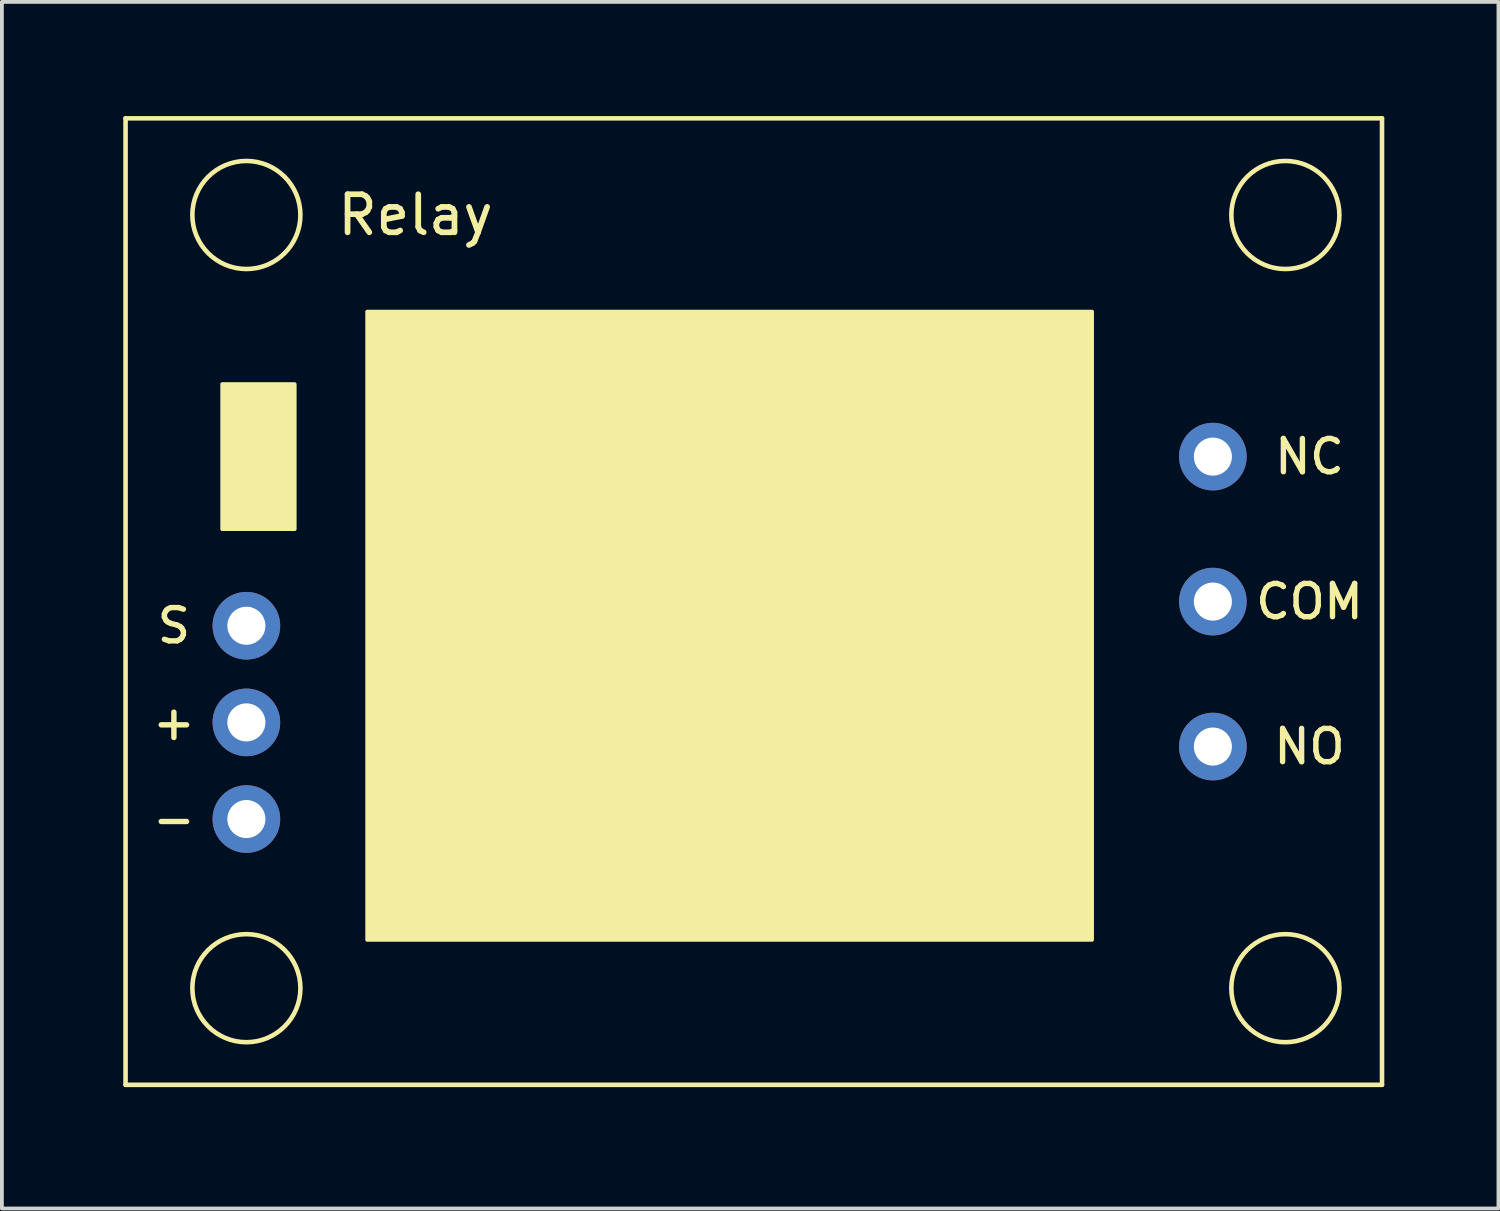
<source format=kicad_pcb>
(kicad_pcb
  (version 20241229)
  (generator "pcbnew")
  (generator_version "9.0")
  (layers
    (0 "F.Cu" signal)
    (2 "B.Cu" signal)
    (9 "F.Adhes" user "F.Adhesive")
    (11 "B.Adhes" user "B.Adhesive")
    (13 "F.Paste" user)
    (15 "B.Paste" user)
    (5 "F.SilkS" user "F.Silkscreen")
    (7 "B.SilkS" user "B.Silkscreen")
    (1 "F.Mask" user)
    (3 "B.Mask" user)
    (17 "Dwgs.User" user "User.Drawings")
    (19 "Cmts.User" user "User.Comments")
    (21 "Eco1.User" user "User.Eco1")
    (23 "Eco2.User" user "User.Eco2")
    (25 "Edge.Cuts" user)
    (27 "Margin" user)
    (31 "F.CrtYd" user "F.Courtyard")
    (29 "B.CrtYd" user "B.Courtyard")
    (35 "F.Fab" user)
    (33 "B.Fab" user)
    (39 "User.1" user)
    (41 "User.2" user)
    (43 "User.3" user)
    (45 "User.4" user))
  (footprint "Relay"
    (layer "F.Cu")
    (at 0.25 25.46)
    (property "Reference" "Relay" (at 7.62 -22.86 0) (layer "F.SilkS") (effects (font (size 1 1) (thickness 0.15))))
    (attr through_hole)
    (fp_line (start 0 -25.4) (end 0 0) (stroke (width 0.12) (type solid)) (layer "F.SilkS"))
    (fp_line (start 0 0) (end 33.02 0) (stroke (width 0.12) (type solid)) (layer "F.SilkS"))
    (fp_line (start 33.02 -25.4) (end 0 -25.4) (stroke (width 0.12) (type solid)) (layer "F.SilkS"))
    (fp_line (start 33.02 0) (end 33.02 -25.4) (stroke (width 0.12) (type solid)) (layer "F.SilkS"))
    (fp_circle (center 3.175 -22.86) (end 3.81 -24.13) (stroke (width 0.12) (type solid)) (fill no) (layer "F.SilkS"))
    (fp_circle (center 3.175 -2.54) (end 3.81 -3.81) (stroke (width 0.12) (type solid)) (fill no) (layer "F.SilkS"))
    (fp_circle (center 30.48 -22.86) (end 31.75 -23.495) (stroke (width 0.12) (type solid)) (fill no) (layer "F.SilkS"))
    (fp_circle (center 30.48 -2.54) (end 31.115 -3.81) (stroke (width 0.12) (type solid)) (fill no) (layer "F.SilkS"))
    (fp_poly (pts (xy 4.445 -14.605) (xy 2.54 -14.605) (xy 2.54 -18.415) (xy 4.445 -18.415)) (stroke (width 0.1) (type solid)) (fill yes) (layer "F.SilkS"))
    (fp_poly (pts (xy 25.4 -3.81) (xy 6.35 -3.81) (xy 6.35 -20.32) (xy 25.4 -20.32)) (stroke (width 0.1) (type solid)) (fill yes) (layer "F.SilkS"))
    (fp_text user "S" (at 1.27 -12.065 0) (layer "F.SilkS") (effects (font (size 0.874 0.874) (thickness 0.142))))
    (fp_text user "-" (at 1.27 -6.985 0) (layer "F.SilkS") (effects (font (size 0.874 0.874) (thickness 0.142))))
    (fp_text user "NC" (at 31.115 -16.51 0) (layer "F.SilkS") (effects (font (size 0.874 0.874) (thickness 0.142))))
    (fp_text user "+" (at 1.27 -9.525 0) (layer "F.SilkS") (effects (font (size 0.874 0.874) (thickness 0.142))))
    (fp_text user "COM" (at 31.115 -12.7 0) (layer "F.SilkS") (effects (font (size 0.874 0.874) (thickness 0.142))))
    (fp_text user "NO" (at 31.115 -8.89 0) (layer "F.SilkS") (effects (font (size 0.874 0.874) (thickness 0.142))))
    (pad "1" thru_hole circle (at 3.175 -6.985 90) (size 1.778 1.778) (drill 1) (layers "*.Cu" "*.Mask"))
    (pad "2" thru_hole circle (at 3.175 -9.525 90) (size 1.778 1.778) (drill 1) (layers "*.Cu" "*.Mask"))
    (pad "3" thru_hole circle (at 3.175 -12.065 90) (size 1.778 1.778) (drill 1) (layers "*.Cu" "*.Mask"))
    (pad "4" thru_hole circle (at 28.575 -16.51 90) (size 1.778 1.778) (drill 1) (layers "*.Cu" "*.Mask"))
    (pad "5" thru_hole circle (at 28.575 -12.7 90) (size 1.778 1.778) (drill 1) (layers "*.Cu" "*.Mask"))
    (pad "6" thru_hole circle (at 28.575 -8.89 90) (size 1.778 1.778) (drill 1) (layers "*.Cu" "*.Mask")))
  (gr_rect
    (start -3 -3)
    (end 36.33 28.71)
    (stroke (width 0.1) (type default))
    (fill no)
    (layer "Edge.Cuts")))
</source>
